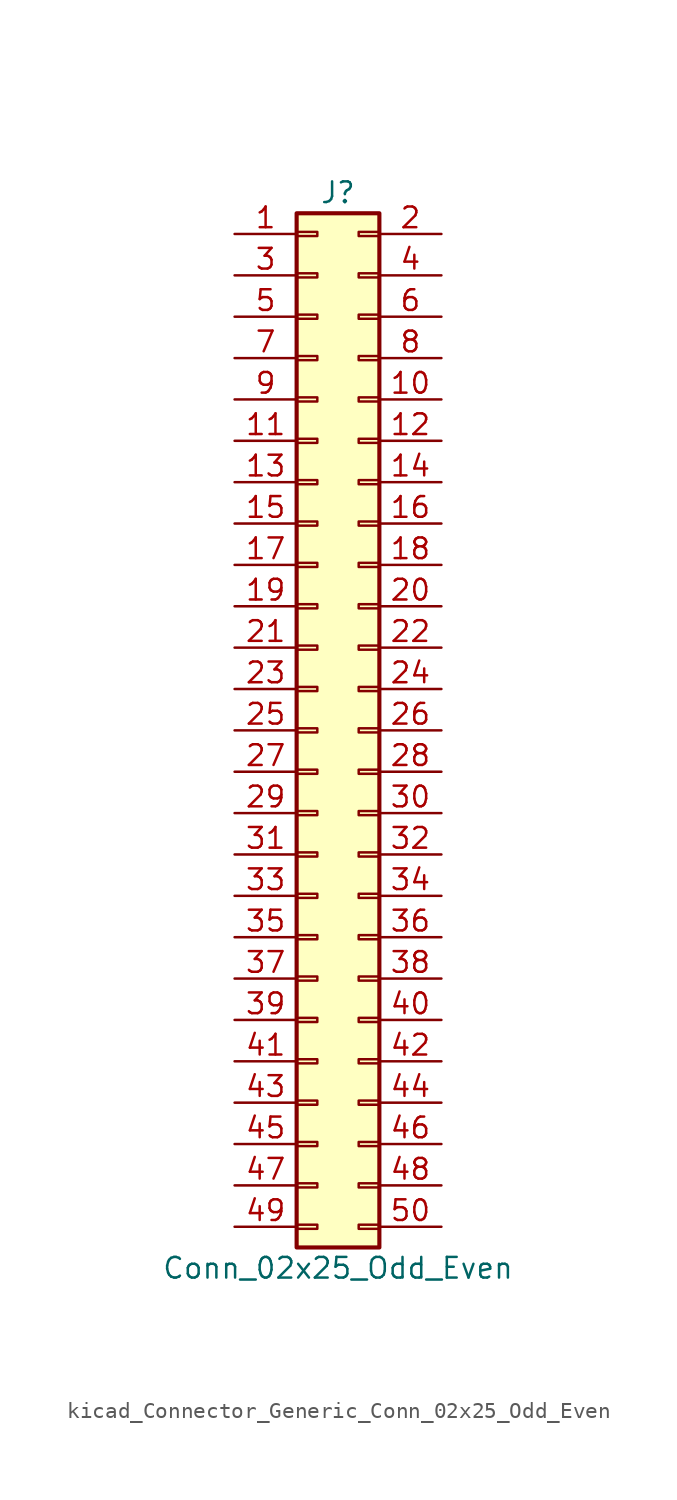
<source format=kicad_sym>
(kicad_symbol_lib
  (version 20220914)
  (generator kicad_symbol_editor)
  (symbol "kicad_Connector_Generic_Conn_02x25_Odd_Even"
    (pin_names
      (offset 1.016) hide)
    (property "Reference" "J"
      (at 1.27 33.02 0)
      (effects (font (size 1.27 1.27))))
    (property "Value" "Conn_02x25_Odd_Even"
      (at 1.27 -33.02 0)
      (effects (font (size 1.27 1.27))))
    (symbol "kicad_Connector_Generic_Conn_02x25_Odd_Even_1_1"
      (rectangle (start -1.27 -30.353) (end 0 -30.607) (stroke (width 0.152) (type default)) (fill (type none)))
      (rectangle (start -1.27 -27.813) (end 0 -28.067) (stroke (width 0.152) (type default)) (fill (type none)))
      (rectangle (start -1.27 -25.273) (end 0 -25.527) (stroke (width 0.152) (type default)) (fill (type none)))
      (rectangle (start -1.27 -22.733) (end 0 -22.987) (stroke (width 0.152) (type default)) (fill (type none)))
      (rectangle (start -1.27 -20.193) (end 0 -20.447) (stroke (width 0.152) (type default)) (fill (type none)))
      (rectangle (start -1.27 -17.653) (end 0 -17.907) (stroke (width 0.152) (type default)) (fill (type none)))
      (rectangle (start -1.27 -15.113) (end 0 -15.367) (stroke (width 0.152) (type default)) (fill (type none)))
      (rectangle (start -1.27 -12.573) (end 0 -12.827) (stroke (width 0.152) (type default)) (fill (type none)))
      (rectangle (start -1.27 -10.033) (end 0 -10.287) (stroke (width 0.152) (type default)) (fill (type none)))
      (rectangle (start -1.27 -7.493) (end 0 -7.747) (stroke (width 0.152) (type default)) (fill (type none)))
      (rectangle (start -1.27 -4.953) (end 0 -5.207) (stroke (width 0.152) (type default)) (fill (type none)))
      (rectangle (start -1.27 -2.413) (end 0 -2.667) (stroke (width 0.152) (type default)) (fill (type none)))
      (rectangle (start -1.27 0.127) (end 0 -0.127) (stroke (width 0.152) (type default)) (fill (type none)))
      (rectangle (start -1.27 2.667) (end 0 2.413) (stroke (width 0.152) (type default)) (fill (type none)))
      (rectangle (start -1.27 5.207) (end 0 4.953) (stroke (width 0.152) (type default)) (fill (type none)))
      (rectangle (start -1.27 7.747) (end 0 7.493) (stroke (width 0.152) (type default)) (fill (type none)))
      (rectangle (start -1.27 10.287) (end 0 10.033) (stroke (width 0.152) (type default)) (fill (type none)))
      (rectangle (start -1.27 12.827) (end 0 12.573) (stroke (width 0.152) (type default)) (fill (type none)))
      (rectangle (start -1.27 15.367) (end 0 15.113) (stroke (width 0.152) (type default)) (fill (type none)))
      (rectangle (start -1.27 17.907) (end 0 17.653) (stroke (width 0.152) (type default)) (fill (type none)))
      (rectangle (start -1.27 20.447) (end 0 20.193) (stroke (width 0.152) (type default)) (fill (type none)))
      (rectangle (start -1.27 22.987) (end 0 22.733) (stroke (width 0.152) (type default)) (fill (type none)))
      (rectangle (start -1.27 25.527) (end 0 25.273) (stroke (width 0.152) (type default)) (fill (type none)))
      (rectangle (start -1.27 28.067) (end 0 27.813) (stroke (width 0.152) (type default)) (fill (type none)))
      (rectangle (start -1.27 30.607) (end 0 30.353) (stroke (width 0.152) (type default)) (fill (type none)))
      (rectangle (start -1.27 31.75) (end 3.81 -31.75) (stroke (width 0.254) (type default)) (fill (type background)))
      (rectangle (start 3.81 -30.353) (end 2.54 -30.607) (stroke (width 0.152) (type default)) (fill (type none)))
      (rectangle (start 3.81 -27.813) (end 2.54 -28.067) (stroke (width 0.152) (type default)) (fill (type none)))
      (rectangle (start 3.81 -25.273) (end 2.54 -25.527) (stroke (width 0.152) (type default)) (fill (type none)))
      (rectangle (start 3.81 -22.733) (end 2.54 -22.987) (stroke (width 0.152) (type default)) (fill (type none)))
      (rectangle (start 3.81 -20.193) (end 2.54 -20.447) (stroke (width 0.152) (type default)) (fill (type none)))
      (rectangle (start 3.81 -17.653) (end 2.54 -17.907) (stroke (width 0.152) (type default)) (fill (type none)))
      (rectangle (start 3.81 -15.113) (end 2.54 -15.367) (stroke (width 0.152) (type default)) (fill (type none)))
      (rectangle (start 3.81 -12.573) (end 2.54 -12.827) (stroke (width 0.152) (type default)) (fill (type none)))
      (rectangle (start 3.81 -10.033) (end 2.54 -10.287) (stroke (width 0.152) (type default)) (fill (type none)))
      (rectangle (start 3.81 -7.493) (end 2.54 -7.747) (stroke (width 0.152) (type default)) (fill (type none)))
      (rectangle (start 3.81 -4.953) (end 2.54 -5.207) (stroke (width 0.152) (type default)) (fill (type none)))
      (rectangle (start 3.81 -2.413) (end 2.54 -2.667) (stroke (width 0.152) (type default)) (fill (type none)))
      (rectangle (start 3.81 0.127) (end 2.54 -0.127) (stroke (width 0.152) (type default)) (fill (type none)))
      (rectangle (start 3.81 2.667) (end 2.54 2.413) (stroke (width 0.152) (type default)) (fill (type none)))
      (rectangle (start 3.81 5.207) (end 2.54 4.953) (stroke (width 0.152) (type default)) (fill (type none)))
      (rectangle (start 3.81 7.747) (end 2.54 7.493) (stroke (width 0.152) (type default)) (fill (type none)))
      (rectangle (start 3.81 10.287) (end 2.54 10.033) (stroke (width 0.152) (type default)) (fill (type none)))
      (rectangle (start 3.81 12.827) (end 2.54 12.573) (stroke (width 0.152) (type default)) (fill (type none)))
      (rectangle (start 3.81 15.367) (end 2.54 15.113) (stroke (width 0.152) (type default)) (fill (type none)))
      (rectangle (start 3.81 17.907) (end 2.54 17.653) (stroke (width 0.152) (type default)) (fill (type none)))
      (rectangle (start 3.81 20.447) (end 2.54 20.193) (stroke (width 0.152) (type default)) (fill (type none)))
      (rectangle (start 3.81 22.987) (end 2.54 22.733) (stroke (width 0.152) (type default)) (fill (type none)))
      (rectangle (start 3.81 25.527) (end 2.54 25.273) (stroke (width 0.152) (type default)) (fill (type none)))
      (rectangle (start 3.81 28.067) (end 2.54 27.813) (stroke (width 0.152) (type default)) (fill (type none)))
      (rectangle (start 3.81 30.607) (end 2.54 30.353) (stroke (width 0.152) (type default)) (fill (type none)))
      (pin passive line (at -5.08 30.48 0) (length 3.81) (name "Pin_1" (effects (font (size 1.27 1.27)))) (number "1" (effects (font (size 1.27 1.27)))))
      (pin passive line (at 7.62 20.32 180) (length 3.81) (name "Pin_10" (effects (font (size 1.27 1.27)))) (number "10" (effects (font (size 1.27 1.27)))))
      (pin passive line (at -5.08 17.78 0) (length 3.81) (name "Pin_11" (effects (font (size 1.27 1.27)))) (number "11" (effects (font (size 1.27 1.27)))))
      (pin passive line (at 7.62 17.78 180) (length 3.81) (name "Pin_12" (effects (font (size 1.27 1.27)))) (number "12" (effects (font (size 1.27 1.27)))))
      (pin passive line (at -5.08 15.24 0) (length 3.81) (name "Pin_13" (effects (font (size 1.27 1.27)))) (number "13" (effects (font (size 1.27 1.27)))))
      (pin passive line (at 7.62 15.24 180) (length 3.81) (name "Pin_14" (effects (font (size 1.27 1.27)))) (number "14" (effects (font (size 1.27 1.27)))))
      (pin passive line (at -5.08 12.7 0) (length 3.81) (name "Pin_15" (effects (font (size 1.27 1.27)))) (number "15" (effects (font (size 1.27 1.27)))))
      (pin passive line (at 7.62 12.7 180) (length 3.81) (name "Pin_16" (effects (font (size 1.27 1.27)))) (number "16" (effects (font (size 1.27 1.27)))))
      (pin passive line (at -5.08 10.16 0) (length 3.81) (name "Pin_17" (effects (font (size 1.27 1.27)))) (number "17" (effects (font (size 1.27 1.27)))))
      (pin passive line (at 7.62 10.16 180) (length 3.81) (name "Pin_18" (effects (font (size 1.27 1.27)))) (number "18" (effects (font (size 1.27 1.27)))))
      (pin passive line (at -5.08 7.62 0) (length 3.81) (name "Pin_19" (effects (font (size 1.27 1.27)))) (number "19" (effects (font (size 1.27 1.27)))))
      (pin passive line (at 7.62 30.48 180) (length 3.81) (name "Pin_2" (effects (font (size 1.27 1.27)))) (number "2" (effects (font (size 1.27 1.27)))))
      (pin passive line (at 7.62 7.62 180) (length 3.81) (name "Pin_20" (effects (font (size 1.27 1.27)))) (number "20" (effects (font (size 1.27 1.27)))))
      (pin passive line (at -5.08 5.08 0) (length 3.81) (name "Pin_21" (effects (font (size 1.27 1.27)))) (number "21" (effects (font (size 1.27 1.27)))))
      (pin passive line (at 7.62 5.08 180) (length 3.81) (name "Pin_22" (effects (font (size 1.27 1.27)))) (number "22" (effects (font (size 1.27 1.27)))))
      (pin passive line (at -5.08 2.54 0) (length 3.81) (name "Pin_23" (effects (font (size 1.27 1.27)))) (number "23" (effects (font (size 1.27 1.27)))))
      (pin passive line (at 7.62 2.54 180) (length 3.81) (name "Pin_24" (effects (font (size 1.27 1.27)))) (number "24" (effects (font (size 1.27 1.27)))))
      (pin passive line (at -5.08 0 0) (length 3.81) (name "Pin_25" (effects (font (size 1.27 1.27)))) (number "25" (effects (font (size 1.27 1.27)))))
      (pin passive line (at 7.62 0 180) (length 3.81) (name "Pin_26" (effects (font (size 1.27 1.27)))) (number "26" (effects (font (size 1.27 1.27)))))
      (pin passive line (at -5.08 -2.54 0) (length 3.81) (name "Pin_27" (effects (font (size 1.27 1.27)))) (number "27" (effects (font (size 1.27 1.27)))))
      (pin passive line (at 7.62 -2.54 180) (length 3.81) (name "Pin_28" (effects (font (size 1.27 1.27)))) (number "28" (effects (font (size 1.27 1.27)))))
      (pin passive line (at -5.08 -5.08 0) (length 3.81) (name "Pin_29" (effects (font (size 1.27 1.27)))) (number "29" (effects (font (size 1.27 1.27)))))
      (pin passive line (at -5.08 27.94 0) (length 3.81) (name "Pin_3" (effects (font (size 1.27 1.27)))) (number "3" (effects (font (size 1.27 1.27)))))
      (pin passive line (at 7.62 -5.08 180) (length 3.81) (name "Pin_30" (effects (font (size 1.27 1.27)))) (number "30" (effects (font (size 1.27 1.27)))))
      (pin passive line (at -5.08 -7.62 0) (length 3.81) (name "Pin_31" (effects (font (size 1.27 1.27)))) (number "31" (effects (font (size 1.27 1.27)))))
      (pin passive line (at 7.62 -7.62 180) (length 3.81) (name "Pin_32" (effects (font (size 1.27 1.27)))) (number "32" (effects (font (size 1.27 1.27)))))
      (pin passive line (at -5.08 -10.16 0) (length 3.81) (name "Pin_33" (effects (font (size 1.27 1.27)))) (number "33" (effects (font (size 1.27 1.27)))))
      (pin passive line (at 7.62 -10.16 180) (length 3.81) (name "Pin_34" (effects (font (size 1.27 1.27)))) (number "34" (effects (font (size 1.27 1.27)))))
      (pin passive line (at -5.08 -12.7 0) (length 3.81) (name "Pin_35" (effects (font (size 1.27 1.27)))) (number "35" (effects (font (size 1.27 1.27)))))
      (pin passive line (at 7.62 -12.7 180) (length 3.81) (name "Pin_36" (effects (font (size 1.27 1.27)))) (number "36" (effects (font (size 1.27 1.27)))))
      (pin passive line (at -5.08 -15.24 0) (length 3.81) (name "Pin_37" (effects (font (size 1.27 1.27)))) (number "37" (effects (font (size 1.27 1.27)))))
      (pin passive line (at 7.62 -15.24 180) (length 3.81) (name "Pin_38" (effects (font (size 1.27 1.27)))) (number "38" (effects (font (size 1.27 1.27)))))
      (pin passive line (at -5.08 -17.78 0) (length 3.81) (name "Pin_39" (effects (font (size 1.27 1.27)))) (number "39" (effects (font (size 1.27 1.27)))))
      (pin passive line (at 7.62 27.94 180) (length 3.81) (name "Pin_4" (effects (font (size 1.27 1.27)))) (number "4" (effects (font (size 1.27 1.27)))))
      (pin passive line (at 7.62 -17.78 180) (length 3.81) (name "Pin_40" (effects (font (size 1.27 1.27)))) (number "40" (effects (font (size 1.27 1.27)))))
      (pin passive line (at -5.08 -20.32 0) (length 3.81) (name "Pin_41" (effects (font (size 1.27 1.27)))) (number "41" (effects (font (size 1.27 1.27)))))
      (pin passive line (at 7.62 -20.32 180) (length 3.81) (name "Pin_42" (effects (font (size 1.27 1.27)))) (number "42" (effects (font (size 1.27 1.27)))))
      (pin passive line (at -5.08 -22.86 0) (length 3.81) (name "Pin_43" (effects (font (size 1.27 1.27)))) (number "43" (effects (font (size 1.27 1.27)))))
      (pin passive line (at 7.62 -22.86 180) (length 3.81) (name "Pin_44" (effects (font (size 1.27 1.27)))) (number "44" (effects (font (size 1.27 1.27)))))
      (pin passive line (at -5.08 -25.4 0) (length 3.81) (name "Pin_45" (effects (font (size 1.27 1.27)))) (number "45" (effects (font (size 1.27 1.27)))))
      (pin passive line (at 7.62 -25.4 180) (length 3.81) (name "Pin_46" (effects (font (size 1.27 1.27)))) (number "46" (effects (font (size 1.27 1.27)))))
      (pin passive line (at -5.08 -27.94 0) (length 3.81) (name "Pin_47" (effects (font (size 1.27 1.27)))) (number "47" (effects (font (size 1.27 1.27)))))
      (pin passive line (at 7.62 -27.94 180) (length 3.81) (name "Pin_48" (effects (font (size 1.27 1.27)))) (number "48" (effects (font (size 1.27 1.27)))))
      (pin passive line (at -5.08 -30.48 0) (length 3.81) (name "Pin_49" (effects (font (size 1.27 1.27)))) (number "49" (effects (font (size 1.27 1.27)))))
      (pin passive line (at -5.08 25.4 0) (length 3.81) (name "Pin_5" (effects (font (size 1.27 1.27)))) (number "5" (effects (font (size 1.27 1.27)))))
      (pin passive line (at 7.62 -30.48 180) (length 3.81) (name "Pin_50" (effects (font (size 1.27 1.27)))) (number "50" (effects (font (size 1.27 1.27)))))
      (pin passive line (at 7.62 25.4 180) (length 3.81) (name "Pin_6" (effects (font (size 1.27 1.27)))) (number "6" (effects (font (size 1.27 1.27)))))
      (pin passive line (at -5.08 22.86 0) (length 3.81) (name "Pin_7" (effects (font (size 1.27 1.27)))) (number "7" (effects (font (size 1.27 1.27)))))
      (pin passive line (at 7.62 22.86 180) (length 3.81) (name "Pin_8" (effects (font (size 1.27 1.27)))) (number "8" (effects (font (size 1.27 1.27)))))
      (pin passive line (at -5.08 20.32 0) (length 3.81) (name "Pin_9" (effects (font (size 1.27 1.27)))) (number "9" (effects (font (size 1.27 1.27))))))))
</source>
